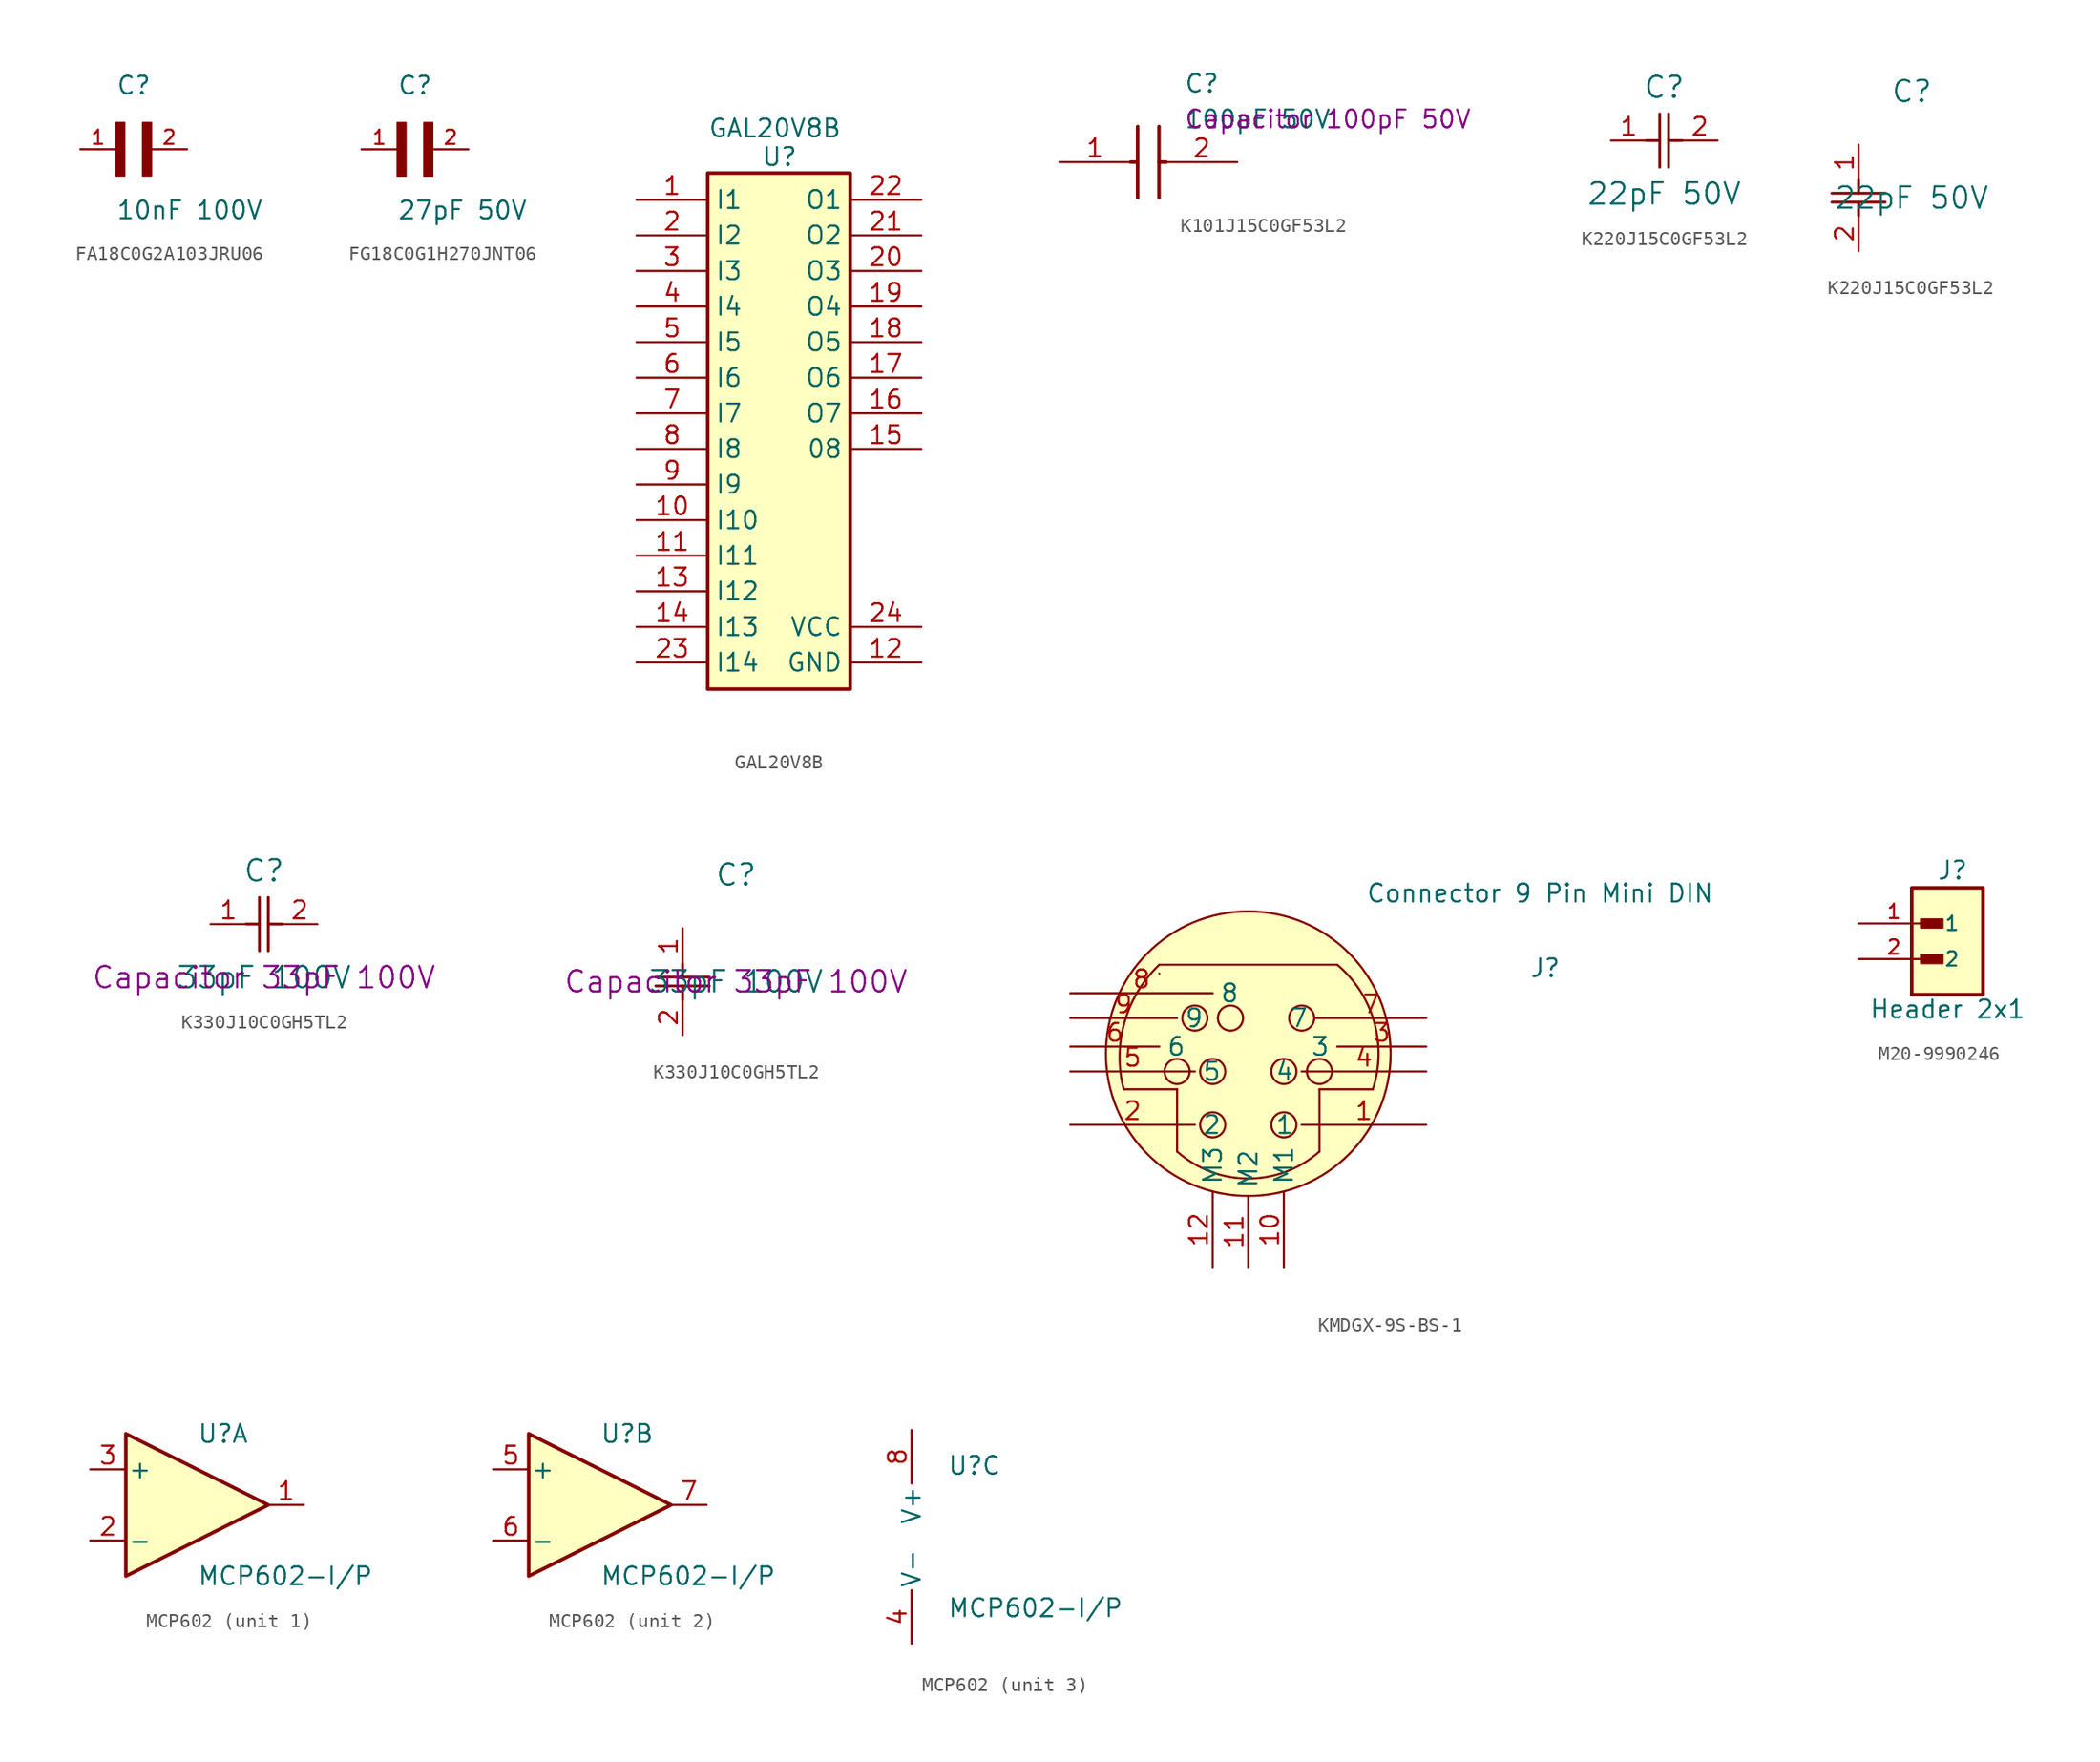
<source format=kicad_sym>
(kicad_symbol_lib
  (version 20241209)
  (generator "kicad_symbol_editor")
  (generator_version "9.0")
  (symbol "FA18C0G2A103JRU06"
    (pin_names
      (offset 1.016))
    (property "Reference" "C"
      (at 0 3.811 0)
      (effects (font (size 1.27 1.27)) (justify left bottom)))
    (property "Value" "10nF 100V"
      (at 0 -5.088 0)
      (effects (font (size 1.27 1.27)) (justify left bottom)))
    (symbol "FA18C0G2A103JRU06_0_0"
      (rectangle (start 0 -1.907) (end 0.635 1.905) (stroke (width 0.1) (type default)) (fill (type outline)))
      (rectangle (start 1.907 -1.907) (end 2.54 1.905) (stroke (width 0.1) (type default)) (fill (type outline)))
      (pin passive line (at -2.54 0 0) (length 2.54) (name "~" (effects (font (size 1.016 1.016)))) (number "1" (effects (font (size 1.016 1.016)))))
      (pin passive line (at 5.08 0 180) (length 2.54) (name "~" (effects (font (size 1.016 1.016)))) (number "2" (effects (font (size 1.016 1.016)))))))
  (symbol "FG18C0G1H270JNT06"
    (pin_names
      (offset 1.016))
    (property "Reference" "C"
      (at 0 3.811 0)
      (effects (font (size 1.27 1.27)) (justify left bottom)))
    (property "Value" "27pF 50V"
      (at 0 -5.088 0)
      (effects (font (size 1.27 1.27)) (justify left bottom)))
    (symbol "FG18C0G1H270JNT06_0_0"
      (rectangle (start 0 -1.907) (end 0.635 1.905) (stroke (width 0.1) (type default)) (fill (type outline)))
      (rectangle (start 1.907 -1.907) (end 2.54 1.905) (stroke (width 0.1) (type default)) (fill (type outline)))
      (pin passive line (at -2.54 0 0) (length 2.54) (name "~" (effects (font (size 1.016 1.016)))) (number "1" (effects (font (size 1.016 1.016)))))
      (pin passive line (at 5.08 0 180) (length 2.54) (name "~" (effects (font (size 1.016 1.016)))) (number "2" (effects (font (size 1.016 1.016)))))))
  (symbol "GAL20V8B"
    (property "Reference" "U"
      (at 8.89 8.89 0)
      (effects (font (size 1.27 1.27)) (justify left top)))
    (property "Value" "GAL20V8B"
      (at 5.08 10.922 0)
      (effects (font (size 1.27 1.27)) (justify left top)))
    (symbol "GAL20V8B_1_1"
      (rectangle (start 5.08 6.985) (end 15.24 -29.845) (stroke (width 0.254) (type default)) (fill (type background)))
      (pin passive line (at 0 5.08 0) (length 5.08) (name "I1" (effects (font (size 1.27 1.27)))) (number "1" (effects (font (size 1.27 1.27)))))
      (pin passive line (at 0 2.54 0) (length 5.08) (name "I2" (effects (font (size 1.27 1.27)))) (number "2" (effects (font (size 1.27 1.27)))))
      (pin passive line (at 0 0 0) (length 5.08) (name "I3" (effects (font (size 1.27 1.27)))) (number "3" (effects (font (size 1.27 1.27)))))
      (pin passive line (at 0 -2.54 0) (length 5.08) (name "I4" (effects (font (size 1.27 1.27)))) (number "4" (effects (font (size 1.27 1.27)))))
      (pin passive line (at 0 -5.08 0) (length 5.08) (name "I5" (effects (font (size 1.27 1.27)))) (number "5" (effects (font (size 1.27 1.27)))))
      (pin passive line (at 0 -7.62 0) (length 5.08) (name "I6" (effects (font (size 1.27 1.27)))) (number "6" (effects (font (size 1.27 1.27)))))
      (pin passive line (at 0 -10.16 0) (length 5.08) (name "I7" (effects (font (size 1.27 1.27)))) (number "7" (effects (font (size 1.27 1.27)))))
      (pin passive line (at 0 -12.7 0) (length 5.08) (name "I8" (effects (font (size 1.27 1.27)))) (number "8" (effects (font (size 1.27 1.27)))))
      (pin passive line (at 0 -15.24 0) (length 5.08) (name "I9" (effects (font (size 1.27 1.27)))) (number "9" (effects (font (size 1.27 1.27)))))
      (pin passive line (at 0 -17.78 0) (length 5.08) (name "I10" (effects (font (size 1.27 1.27)))) (number "10" (effects (font (size 1.27 1.27)))))
      (pin passive line (at 0 -20.32 0) (length 5.08) (name "I11" (effects (font (size 1.27 1.27)))) (number "11" (effects (font (size 1.27 1.27)))))
      (pin passive line (at 0 -22.86 0) (length 5.08) (name "I12" (effects (font (size 1.27 1.27)))) (number "13" (effects (font (size 1.27 1.27)))))
      (pin passive line (at 0 -25.4 0) (length 5.08) (name "I13" (effects (font (size 1.27 1.27)))) (number "14" (effects (font (size 1.27 1.27)))))
      (pin passive line (at 0 -27.94 0) (length 5.08) (name "I14" (effects (font (size 1.27 1.27)))) (number "23" (effects (font (size 1.27 1.27)))))
      (pin passive line (at 20.32 5.08 180) (length 5.08) (name "O1" (effects (font (size 1.27 1.27)))) (number "22" (effects (font (size 1.27 1.27)))))
      (pin passive line (at 20.32 2.54 180) (length 5.08) (name "O2" (effects (font (size 1.27 1.27)))) (number "21" (effects (font (size 1.27 1.27)))))
      (pin passive line (at 20.32 0 180) (length 5.08) (name "O3" (effects (font (size 1.27 1.27)))) (number "20" (effects (font (size 1.27 1.27)))))
      (pin passive line (at 20.32 -2.54 180) (length 5.08) (name "O4" (effects (font (size 1.27 1.27)))) (number "19" (effects (font (size 1.27 1.27)))))
      (pin passive line (at 20.32 -5.08 180) (length 5.08) (name "O5" (effects (font (size 1.27 1.27)))) (number "18" (effects (font (size 1.27 1.27)))))
      (pin passive line (at 20.32 -7.62 180) (length 5.08) (name "O6" (effects (font (size 1.27 1.27)))) (number "17" (effects (font (size 1.27 1.27)))))
      (pin passive line (at 20.32 -10.16 180) (length 5.08) (name "O7" (effects (font (size 1.27 1.27)))) (number "16" (effects (font (size 1.27 1.27)))))
      (pin passive line (at 20.32 -12.7 180) (length 5.08) (name "08" (effects (font (size 1.27 1.27)))) (number "15" (effects (font (size 1.27 1.27)))))
      (pin passive line (at 20.32 -25.4 180) (length 5.08) (name "VCC" (effects (font (size 1.27 1.27)))) (number "24" (effects (font (size 1.27 1.27)))))
      (pin passive line (at 20.32 -27.94 180) (length 5.08) (name "GND" (effects (font (size 1.27 1.27)))) (number "12" (effects (font (size 1.27 1.27)))))))
  (symbol "K101J15C0GF53L2"
    (pin_names
      (hide yes))
    (property "Reference" "C"
      (at 8.89 6.35 0)
      (effects (font (size 1.27 1.27)) (justify left top)))
    (property "Value" "100pF 50V"
      (at 8.89 3.81 0)
      (effects (font (size 1.27 1.27)) (justify left top)))
    (property "Description" "Capacitor 100pF 50V"
      (at 8.89 3.81 0)
      (effects (font (size 1.27 1.27)) (justify left top)))
    (symbol "K101J15C0GF53L2_1_1"
      (polyline (pts (xy 5.08 0) (xy 5.588 0)) (stroke (width 0.254) (type default)) (fill (type none)))
      (polyline (pts (xy 5.588 2.54) (xy 5.588 -2.54)) (stroke (width 0.254) (type default)) (fill (type none)))
      (polyline (pts (xy 7.112 2.54) (xy 7.112 -2.54)) (stroke (width 0.254) (type default)) (fill (type none)))
      (polyline (pts (xy 7.112 0) (xy 7.62 0)) (stroke (width 0.254) (type default)) (fill (type none)))
      (pin passive line (at 0 0 0) (length 5.08) (name "1" (effects (font (size 1.27 1.27)))) (number "1" (effects (font (size 1.27 1.27)))))
      (pin passive line (at 12.7 0 180) (length 5.08) (name "2" (effects (font (size 1.27 1.27)))) (number "2" (effects (font (size 1.27 1.27)))))))
  (symbol "K220J15C0GF53L2"
    (pin_names
      (offset 0.254))
    (property "Reference" "C"
      (at 3.81 3.81 0)
      (effects (font (size 1.524 1.524))))
    (property "Value" "22pF 50V"
      (at 3.81 -3.81 0)
      (effects (font (size 1.524 1.524))))
    (symbol "K220J15C0GF53L2_1_1"
      (polyline (pts (xy 2.54 0) (xy 3.48 0)) (stroke (width 0.203) (type default)) (fill (type none)))
      (polyline (pts (xy 3.48 -1.905) (xy 3.48 1.905)) (stroke (width 0.203) (type default)) (fill (type none)))
      (polyline (pts (xy 4.115 0) (xy 5.08 0)) (stroke (width 0.203) (type default)) (fill (type none)))
      (polyline (pts (xy 4.115 -1.905) (xy 4.115 1.905)) (stroke (width 0.203) (type default)) (fill (type none)))
      (pin unspecified line (at 0 0 0) (length 2.54) (name "" (effects (font (size 1.27 1.27)))) (number "1" (effects (font (size 1.27 1.27)))))
      (pin unspecified line (at 7.62 0 180) (length 2.54) (name "" (effects (font (size 1.27 1.27)))) (number "2" (effects (font (size 1.27 1.27))))))
    (symbol "K220J15C0GF53L2_1_2"
      (polyline (pts (xy -1.905 -3.48) (xy 1.905 -3.48)) (stroke (width 0.203) (type default)) (fill (type none)))
      (polyline (pts (xy -1.905 -4.115) (xy 1.905 -4.115)) (stroke (width 0.203) (type default)) (fill (type none)))
      (polyline (pts (xy 0 -2.54) (xy 0 -3.48)) (stroke (width 0.203) (type default)) (fill (type none)))
      (polyline (pts (xy 0 -4.115) (xy 0 -5.08)) (stroke (width 0.203) (type default)) (fill (type none)))
      (pin unspecified line (at 0 0 270) (length 2.54) (name "" (effects (font (size 1.27 1.27)))) (number "1" (effects (font (size 1.27 1.27)))))
      (pin unspecified line (at 0 -7.62 90) (length 2.54) (name "" (effects (font (size 1.27 1.27)))) (number "2" (effects (font (size 1.27 1.27)))))))
  (symbol "K330J10C0GH5TL2"
    (pin_names
      (offset 0.254))
    (property "Reference" "C"
      (at 3.81 3.81 0)
      (effects (font (size 1.524 1.524))))
    (property "Value" "33pF 100V"
      (at 3.81 -3.81 0)
      (effects (font (size 1.524 1.524))))
    (property "Description" "Capacitor 33pF 100V"
      (at 3.81 -3.81 0)
      (effects (font (size 1.524 1.524))))
    (symbol "K330J10C0GH5TL2_1_1"
      (polyline (pts (xy 2.54 0) (xy 3.48 0)) (stroke (width 0.203) (type default)) (fill (type none)))
      (polyline (pts (xy 3.48 -1.905) (xy 3.48 1.905)) (stroke (width 0.203) (type default)) (fill (type none)))
      (polyline (pts (xy 4.115 0) (xy 5.08 0)) (stroke (width 0.203) (type default)) (fill (type none)))
      (polyline (pts (xy 4.115 -1.905) (xy 4.115 1.905)) (stroke (width 0.203) (type default)) (fill (type none)))
      (pin unspecified line (at 0 0 0) (length 2.54) (name "" (effects (font (size 1.27 1.27)))) (number "1" (effects (font (size 1.27 1.27)))))
      (pin unspecified line (at 7.62 0 180) (length 2.54) (name "" (effects (font (size 1.27 1.27)))) (number "2" (effects (font (size 1.27 1.27))))))
    (symbol "K330J10C0GH5TL2_1_2"
      (polyline (pts (xy -1.905 -3.48) (xy 1.905 -3.48)) (stroke (width 0.203) (type default)) (fill (type none)))
      (polyline (pts (xy -1.905 -4.115) (xy 1.905 -4.115)) (stroke (width 0.203) (type default)) (fill (type none)))
      (polyline (pts (xy 0 -2.54) (xy 0 -3.48)) (stroke (width 0.203) (type default)) (fill (type none)))
      (polyline (pts (xy 0 -4.115) (xy 0 -5.08)) (stroke (width 0.203) (type default)) (fill (type none)))
      (pin unspecified line (at 0 0 270) (length 2.54) (name "" (effects (font (size 1.27 1.27)))) (number "1" (effects (font (size 1.27 1.27)))))
      (pin unspecified line (at 0 -7.62 90) (length 2.54) (name "" (effects (font (size 1.27 1.27)))) (number "2" (effects (font (size 1.27 1.27)))))))
  (symbol "KMDGX-9S-BS-1"
    (property "Reference" "J"
      (at 20.066 6.858 0)
      (effects (font (size 1.27 1.27)) (justify left top)))
    (property "Value" "Connector 9 Pin Mini DIN"
      (at 8.382 12.192 0)
      (effects (font (size 1.27 1.27)) (justify left top)))
    (symbol "KMDGX-9S-BS-1_0_1"
      (arc (start -6.35 5.715) (mid -6.35 5.715) (end -6.35 5.715) (stroke (width 0) (type default)) (fill (type none)))
      (circle (center -5.08 -1.27) (radius 0.898) (stroke (width 0) (type default)) (fill (type none)))
      (polyline (pts (xy -5.08 -2.54) (xy -8.89 -2.54)) (stroke (width 0) (type default)) (fill (type none)))
      (polyline (pts (xy -5.08 -2.54) (xy -5.08 -6.985)) (stroke (width 0) (type default)) (fill (type none)))
      (circle (center -3.81 2.54) (radius 0.898) (stroke (width 0) (type default)) (fill (type none)))
      (circle (center -2.54 -1.27) (radius 0.898) (stroke (width 0) (type default)) (fill (type none)))
      (circle (center -2.54 -5.08) (radius 0.898) (stroke (width 0) (type default)) (fill (type none)))
      (circle (center -1.27 2.54) (radius 0.898) (stroke (width 0) (type default)) (fill (type none)))
      (arc (start -8.89 -2.54) (mid -8.8311 2.251) (end -6.35 6.35) (stroke (width 0) (type default)) (fill (type none)))
      (arc (start 5.08 -6.985) (mid 0 -8.9164) (end -5.08 -6.985) (stroke (width 0) (type default)) (fill (type none)))
      (arc (start 6.35 6.35) (mid 8.9873 2.2532) (end 8.89 -2.54) (stroke (width 0) (type default)) (fill (type none)))
      (circle (center 2.54 -1.27) (radius 0.898) (stroke (width 0) (type default)) (fill (type none)))
      (circle (center 2.54 -5.08) (radius 0.898) (stroke (width 0) (type default)) (fill (type none)))
      (circle (center 3.81 2.54) (radius 0.898) (stroke (width 0) (type default)) (fill (type none)))
      (circle (center 5.08 -1.27) (radius 0.898) (stroke (width 0) (type default)) (fill (type none)))
      (polyline (pts (xy 5.08 -2.54) (xy 5.08 -6.985)) (stroke (width 0) (type default)) (fill (type none)))
      (polyline (pts (xy 6.35 6.35) (xy -6.35 6.35)) (stroke (width 0) (type default)) (fill (type none)))
      (polyline (pts (xy 8.89 -2.54) (xy 5.08 -2.54)) (stroke (width 0) (type default)) (fill (type none))))
    (symbol "KMDGX-9S-BS-1_1_1"
      (circle (center 0 0) (radius 10.16) (stroke (width 0) (type solid)) (fill (type background)))
      (pin passive line (at -12.7 4.318 0) (length 10.16) (name "8" (effects (font (size 1.27 1.27)))) (number "8" (effects (font (size 1.27 1.27)))))
      (pin passive line (at -12.7 2.54 0) (length 7.62) (name "9" (effects (font (size 1.27 1.27)))) (number "9" (effects (font (size 1.27 1.27)))))
      (pin passive line (at -12.7 0.508 0) (length 6.35) (name "6" (effects (font (size 1.27 1.27)))) (number "6" (effects (font (size 1.27 1.27)))))
      (pin passive line (at -12.7 -1.27 0) (length 8.89) (name "5" (effects (font (size 1.27 1.27)))) (number "5" (effects (font (size 1.27 1.27)))))
      (pin passive line (at -12.7 -5.08 0) (length 8.89) (name "2" (effects (font (size 1.27 1.27)))) (number "2" (effects (font (size 1.27 1.27)))))
      (pin passive line (at -2.54 -15.24 90) (length 5.334) (name "M3" (effects (font (size 1.27 1.27)))) (number "12" (effects (font (size 1.27 1.27)))))
      (pin passive line (at 0 -15.24 90) (length 5.08) (name "M2" (effects (font (size 1.27 1.27)))) (number "11" (effects (font (size 1.27 1.27)))))
      (pin passive line (at 2.54 -15.24 90) (length 5.334) (name "M1" (effects (font (size 1.27 1.27)))) (number "10" (effects (font (size 1.27 1.27)))))
      (pin passive line (at 12.7 2.54 180) (length 7.874) (name "7" (effects (font (size 1.27 1.27)))) (number "7" (effects (font (size 1.27 1.27)))))
      (pin passive line (at 12.7 0.508 180) (length 6.35) (name "3" (effects (font (size 1.27 1.27)))) (number "3" (effects (font (size 1.27 1.27)))))
      (pin passive line (at 12.7 -1.27 180) (length 8.89) (name "4" (effects (font (size 1.27 1.27)))) (number "4" (effects (font (size 1.27 1.27)))))
      (pin passive line (at 12.7 -5.08 180) (length 8.89) (name "1" (effects (font (size 1.27 1.27)))) (number "1" (effects (font (size 1.27 1.27)))))))
  (symbol "M20-9990246"
    (pin_names
      (offset 1.016))
    (property "Reference" "J"
      (at -2.032 5.588 0)
      (effects (font (size 1.27 1.27)) (justify left bottom)))
    (property "Value" "Header 2x1"
      (at -6.858 -4.318 0)
      (effects (font (size 1.27 1.27)) (justify left bottom)))
    (symbol "M20-9990246_0_0"
      (rectangle (start -3.81 5.08) (end 1.27 -2.54) (stroke (width 0.254) (type default)) (fill (type background)))
      (rectangle (start -3.175 2.223) (end -1.587 2.857) (stroke (width 0.1) (type default)) (fill (type outline)))
      (rectangle (start -3.175 -0.318) (end -1.587 0.318) (stroke (width 0.1) (type default)) (fill (type outline)))
      (pin passive line (at -7.62 2.54 0) (length 5.08) (name "1" (effects (font (size 1.016 1.016)))) (number "1" (effects (font (size 1.016 1.016)))))
      (pin passive line (at -7.62 0 0) (length 5.08) (name "2" (effects (font (size 1.016 1.016)))) (number "2" (effects (font (size 1.016 1.016)))))))
  (symbol "MCP602"
    (pin_names
      (offset 0.127))
    (property "Reference" "U"
      (at 0 5.08 0)
      (effects (font (size 1.27 1.27)) (justify left)))
    (property "Value" "MCP602-I/P"
      (at 0 -5.08 0)
      (effects (font (size 1.27 1.27)) (justify left)))
    (symbol "MCP602_1_1"
      (polyline (pts (xy -5.08 5.08) (xy 5.08 0) (xy -5.08 -5.08) (xy -5.08 5.08)) (stroke (width 0.254) (type default)) (fill (type background)))
      (pin input line (at -7.62 2.54 0) (length 2.54) (name "+" (effects (font (size 1.27 1.27)))) (number "3" (effects (font (size 1.27 1.27)))))
      (pin input line (at -7.62 -2.54 0) (length 2.54) (name "-" (effects (font (size 1.27 1.27)))) (number "2" (effects (font (size 1.27 1.27)))))
      (pin output line (at 7.62 0 180) (length 2.54) (name "~" (effects (font (size 1.27 1.27)))) (number "1" (effects (font (size 1.27 1.27))))))
    (symbol "MCP602_2_1"
      (polyline (pts (xy -5.08 5.08) (xy 5.08 0) (xy -5.08 -5.08) (xy -5.08 5.08)) (stroke (width 0.254) (type default)) (fill (type background)))
      (pin input line (at -7.62 2.54 0) (length 2.54) (name "+" (effects (font (size 1.27 1.27)))) (number "5" (effects (font (size 1.27 1.27)))))
      (pin input line (at -7.62 -2.54 0) (length 2.54) (name "-" (effects (font (size 1.27 1.27)))) (number "6" (effects (font (size 1.27 1.27)))))
      (pin output line (at 7.62 0 180) (length 2.54) (name "~" (effects (font (size 1.27 1.27)))) (number "7" (effects (font (size 1.27 1.27))))))
    (symbol "MCP602_3_1"
      (pin power_in line (at -2.54 7.62 270) (length 3.81) (name "V+" (effects (font (size 1.27 1.27)))) (number "8" (effects (font (size 1.27 1.27)))))
      (pin power_in line (at -2.54 -7.62 90) (length 3.81) (name "V-" (effects (font (size 1.27 1.27)))) (number "4" (effects (font (size 1.27 1.27))))))))
</source>
